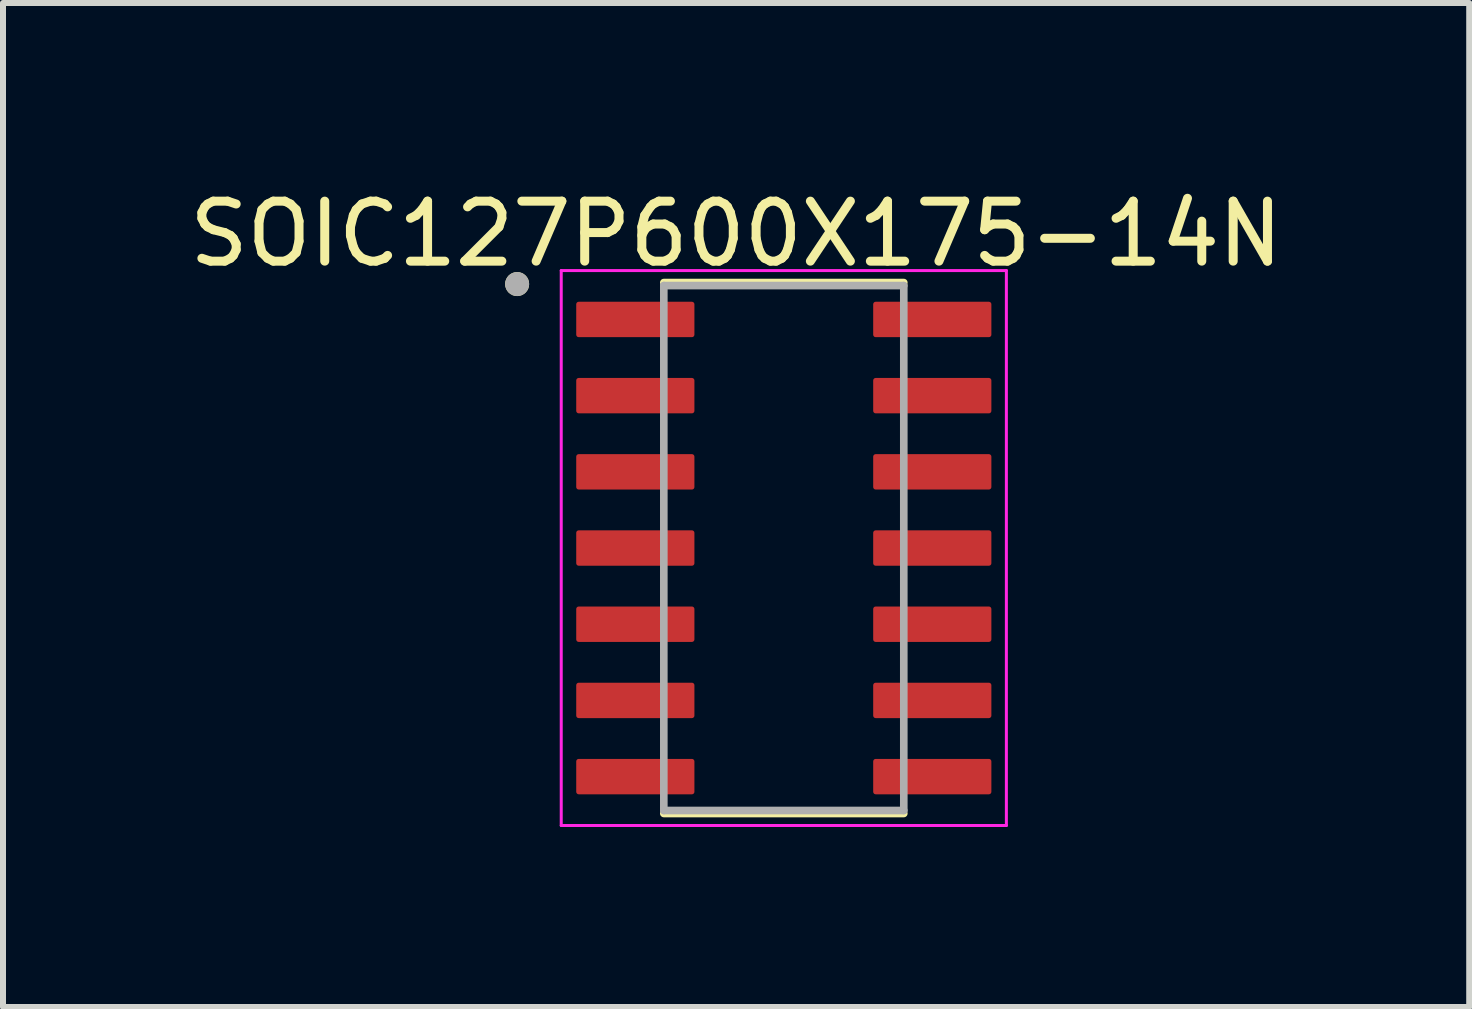
<source format=kicad_pcb>
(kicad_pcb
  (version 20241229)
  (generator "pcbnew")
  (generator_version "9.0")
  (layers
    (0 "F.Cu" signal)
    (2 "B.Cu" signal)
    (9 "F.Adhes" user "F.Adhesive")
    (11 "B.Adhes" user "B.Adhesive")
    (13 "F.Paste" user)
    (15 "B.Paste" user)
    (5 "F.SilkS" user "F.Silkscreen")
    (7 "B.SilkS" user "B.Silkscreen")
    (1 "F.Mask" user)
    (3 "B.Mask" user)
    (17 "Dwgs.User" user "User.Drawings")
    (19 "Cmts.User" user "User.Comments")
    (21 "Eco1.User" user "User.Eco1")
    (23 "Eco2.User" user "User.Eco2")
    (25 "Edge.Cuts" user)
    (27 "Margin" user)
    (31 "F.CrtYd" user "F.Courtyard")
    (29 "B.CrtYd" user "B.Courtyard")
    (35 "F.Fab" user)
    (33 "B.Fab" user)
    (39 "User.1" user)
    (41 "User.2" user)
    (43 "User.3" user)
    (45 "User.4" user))
  (footprint "SOIC127P600X175-14N"
    (layer "F.Cu")
    (at 10.015 6.085)
    (property "Reference" "SOIC127P600X175-14N" (at -0.795 -5.237 0) (layer "F.SilkS") (effects (font (size 1 1) (thickness 0.15))))
    (attr smd)
    (fp_line (start -2 -4.425) (end 2 -4.425) (stroke (width 0.127) (type solid)) (layer "F.SilkS"))
    (fp_line (start -2 4.425) (end 2 4.425) (stroke (width 0.127) (type solid)) (layer "F.SilkS"))
    (fp_circle (center -4.445 -4.4) (end -4.345 -4.4) (stroke (width 0.2) (type solid)) (fill no) (layer "F.SilkS"))
    (fp_line (start -3.71 -4.625) (end -3.71 4.625) (stroke (width 0.05) (type solid)) (layer "F.CrtYd"))
    (fp_line (start -3.71 -4.625) (end 3.71 -4.625) (stroke (width 0.05) (type solid)) (layer "F.CrtYd"))
    (fp_line (start -3.71 4.625) (end 3.71 4.625) (stroke (width 0.05) (type solid)) (layer "F.CrtYd"))
    (fp_line (start 3.71 -4.625) (end 3.71 4.625) (stroke (width 0.05) (type solid)) (layer "F.CrtYd"))
    (fp_line (start -2 -4.375) (end -2 4.375) (stroke (width 0.127) (type solid)) (layer "F.Fab"))
    (fp_line (start -2 -4.375) (end 2 -4.375) (stroke (width 0.127) (type solid)) (layer "F.Fab"))
    (fp_line (start -2 4.375) (end 2 4.375) (stroke (width 0.127) (type solid)) (layer "F.Fab"))
    (fp_line (start 2 -4.375) (end 2 4.375) (stroke (width 0.127) (type solid)) (layer "F.Fab"))
    (fp_circle (center -4.445 -4.4) (end -4.345 -4.4) (stroke (width 0.2) (type solid)) (fill no) (layer "F.Fab"))
    (pad "1" smd roundrect (at -2.475 -3.81) (size 1.97 0.59) (layers "F.Cu" "F.Mask" "F.Paste") (roundrect_rratio 0.07))
    (pad "2" smd roundrect (at -2.475 -2.54) (size 1.97 0.59) (layers "F.Cu" "F.Mask" "F.Paste") (roundrect_rratio 0.07))
    (pad "3" smd roundrect (at -2.475 -1.27) (size 1.97 0.59) (layers "F.Cu" "F.Mask" "F.Paste") (roundrect_rratio 0.07))
    (pad "4" smd roundrect (at -2.475 0) (size 1.97 0.59) (layers "F.Cu" "F.Mask" "F.Paste") (roundrect_rratio 0.07))
    (pad "5" smd roundrect (at -2.475 1.27) (size 1.97 0.59) (layers "F.Cu" "F.Mask" "F.Paste") (roundrect_rratio 0.07))
    (pad "6" smd roundrect (at -2.475 2.54) (size 1.97 0.59) (layers "F.Cu" "F.Mask" "F.Paste") (roundrect_rratio 0.07))
    (pad "7" smd roundrect (at -2.475 3.81) (size 1.97 0.59) (layers "F.Cu" "F.Mask" "F.Paste") (roundrect_rratio 0.07))
    (pad "8" smd roundrect (at 2.475 3.81) (size 1.97 0.59) (layers "F.Cu" "F.Mask" "F.Paste") (roundrect_rratio 0.07))
    (pad "9" smd roundrect (at 2.475 2.54) (size 1.97 0.59) (layers "F.Cu" "F.Mask" "F.Paste") (roundrect_rratio 0.07))
    (pad "10" smd roundrect (at 2.475 1.27) (size 1.97 0.59) (layers "F.Cu" "F.Mask" "F.Paste") (roundrect_rratio 0.07))
    (pad "11" smd roundrect (at 2.475 0) (size 1.97 0.59) (layers "F.Cu" "F.Mask" "F.Paste") (roundrect_rratio 0.07))
    (pad "12" smd roundrect (at 2.475 -1.27) (size 1.97 0.59) (layers "F.Cu" "F.Mask" "F.Paste") (roundrect_rratio 0.07))
    (pad "13" smd roundrect (at 2.475 -2.54) (size 1.97 0.59) (layers "F.Cu" "F.Mask" "F.Paste") (roundrect_rratio 0.07))
    (pad "14" smd roundrect (at 2.475 -3.81) (size 1.97 0.59) (layers "F.Cu" "F.Mask" "F.Paste") (roundrect_rratio 0.07)))
  (gr_rect
    (start -3 -3)
    (end 21.44 13.735)
    (stroke (width 0.1) (type default))
    (fill no)
    (layer "Edge.Cuts")))
</source>
